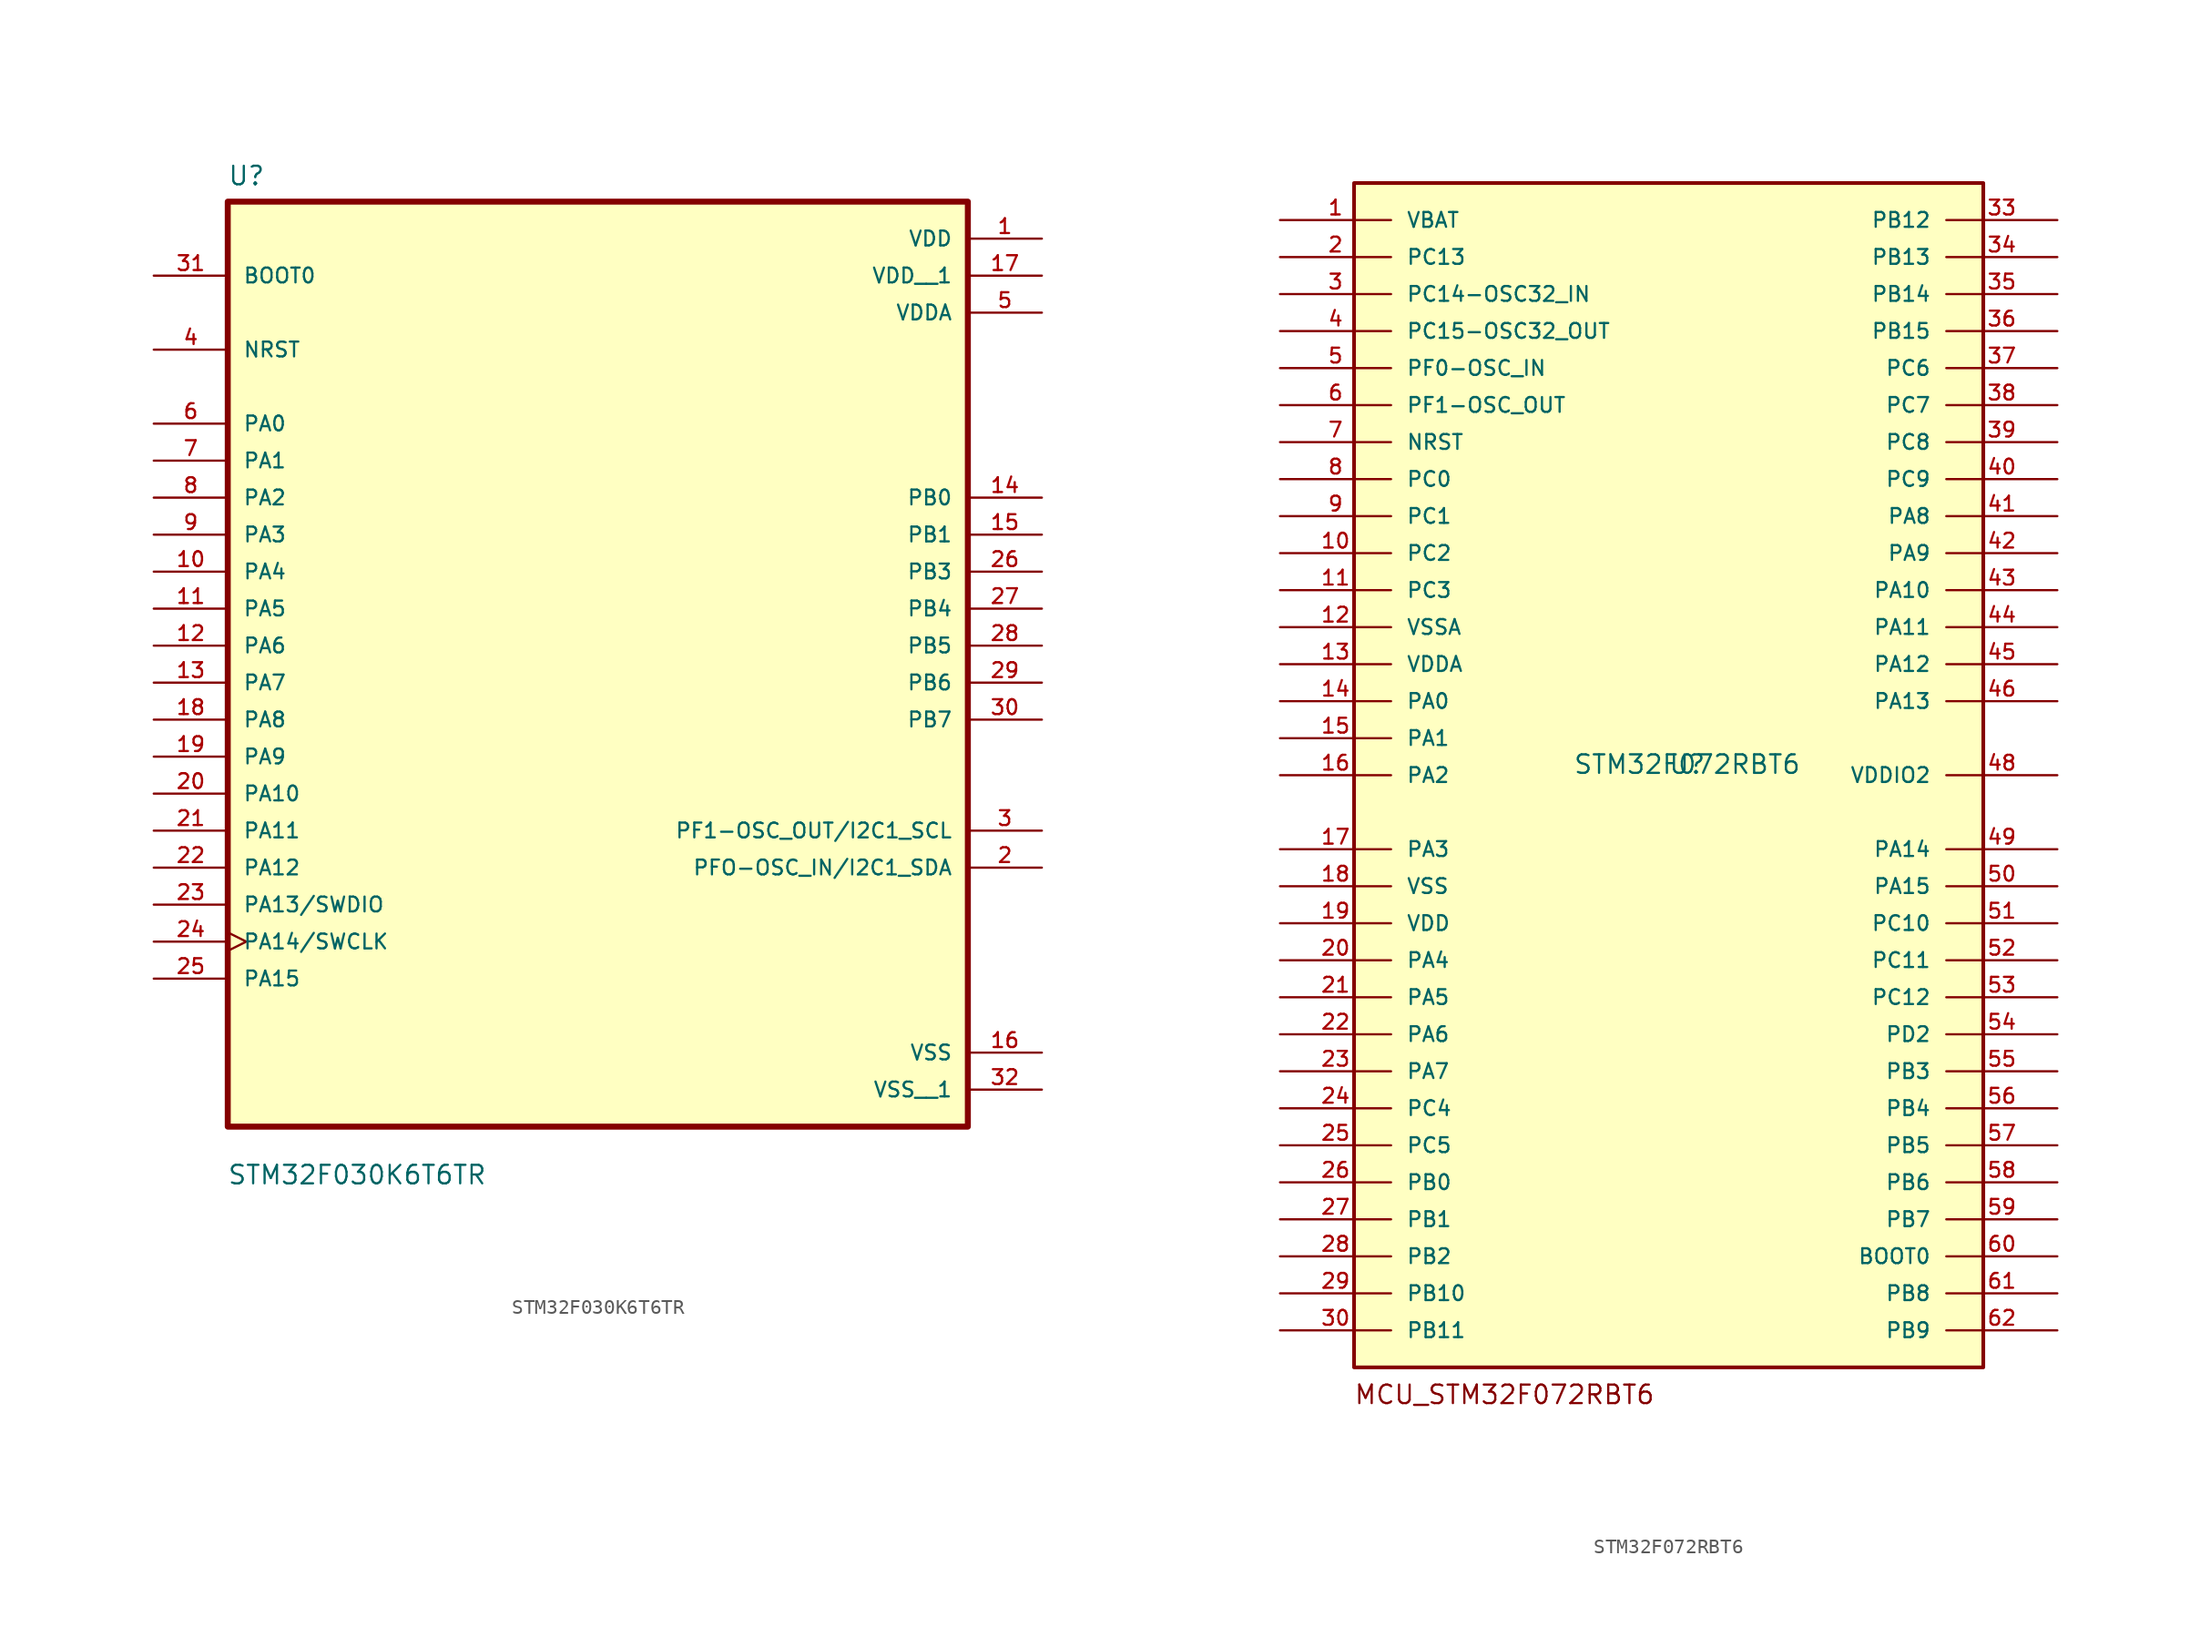
<source format=kicad_sym>
(kicad_symbol_lib
  (version 20241209)
  (generator "kicad_symbol_editor")
  (generator_version "9.0")
  (symbol "STM32F030K6T6TR"
    (pin_names
      (offset 1.016))
    (property "Reference" "U"
      (at -25.427 28.971 0)
      (effects (font (size 1.27 1.27)) (justify left bottom)))
    (property "Value" "STM32F030K6T6TR"
      (at -25.451 -39.615 0)
      (effects (font (size 1.27 1.27)) (justify left bottom)))
    (symbol "STM32F030K6T6TR_0_0"
      (rectangle (start -25.4 -35.56) (end 25.4 27.94) (stroke (width 0.41) (type default)) (fill (type background)))
      (pin input line (at -30.48 22.86 0) (length 5.08) (name "BOOT0" (effects (font (size 1.016 1.016)))) (number "31" (effects (font (size 1.016 1.016)))))
      (pin bidirectional line (at -30.48 17.78 0) (length 5.08) (name "NRST" (effects (font (size 1.016 1.016)))) (number "4" (effects (font (size 1.016 1.016)))))
      (pin bidirectional line (at -30.48 12.7 0) (length 5.08) (name "PA0" (effects (font (size 1.016 1.016)))) (number "6" (effects (font (size 1.016 1.016)))))
      (pin bidirectional line (at -30.48 10.16 0) (length 5.08) (name "PA1" (effects (font (size 1.016 1.016)))) (number "7" (effects (font (size 1.016 1.016)))))
      (pin bidirectional line (at -30.48 7.62 0) (length 5.08) (name "PA2" (effects (font (size 1.016 1.016)))) (number "8" (effects (font (size 1.016 1.016)))))
      (pin bidirectional line (at -30.48 5.08 0) (length 5.08) (name "PA3" (effects (font (size 1.016 1.016)))) (number "9" (effects (font (size 1.016 1.016)))))
      (pin bidirectional line (at -30.48 2.54 0) (length 5.08) (name "PA4" (effects (font (size 1.016 1.016)))) (number "10" (effects (font (size 1.016 1.016)))))
      (pin bidirectional line (at -30.48 0 0) (length 5.08) (name "PA5" (effects (font (size 1.016 1.016)))) (number "11" (effects (font (size 1.016 1.016)))))
      (pin bidirectional line (at -30.48 -2.54 0) (length 5.08) (name "PA6" (effects (font (size 1.016 1.016)))) (number "12" (effects (font (size 1.016 1.016)))))
      (pin bidirectional line (at -30.48 -5.08 0) (length 5.08) (name "PA7" (effects (font (size 1.016 1.016)))) (number "13" (effects (font (size 1.016 1.016)))))
      (pin bidirectional line (at -30.48 -7.62 0) (length 5.08) (name "PA8" (effects (font (size 1.016 1.016)))) (number "18" (effects (font (size 1.016 1.016)))))
      (pin bidirectional line (at -30.48 -10.16 0) (length 5.08) (name "PA9" (effects (font (size 1.016 1.016)))) (number "19" (effects (font (size 1.016 1.016)))))
      (pin bidirectional line (at -30.48 -12.7 0) (length 5.08) (name "PA10" (effects (font (size 1.016 1.016)))) (number "20" (effects (font (size 1.016 1.016)))))
      (pin bidirectional line (at -30.48 -15.24 0) (length 5.08) (name "PA11" (effects (font (size 1.016 1.016)))) (number "21" (effects (font (size 1.016 1.016)))))
      (pin bidirectional line (at -30.48 -17.78 0) (length 5.08) (name "PA12" (effects (font (size 1.016 1.016)))) (number "22" (effects (font (size 1.016 1.016)))))
      (pin bidirectional line (at -30.48 -20.32 0) (length 5.08) (name "PA13/SWDIO" (effects (font (size 1.016 1.016)))) (number "23" (effects (font (size 1.016 1.016)))))
      (pin bidirectional clock (at -30.48 -22.86 0) (length 5.08) (name "PA14/SWCLK" (effects (font (size 1.016 1.016)))) (number "24" (effects (font (size 1.016 1.016)))))
      (pin bidirectional line (at -30.48 -25.4 0) (length 5.08) (name "PA15" (effects (font (size 1.016 1.016)))) (number "25" (effects (font (size 1.016 1.016)))))
      (pin power_in line (at 30.48 25.4 180) (length 5.08) (name "VDD" (effects (font (size 1.016 1.016)))) (number "1" (effects (font (size 1.016 1.016)))))
      (pin power_in line (at 30.48 22.86 180) (length 5.08) (name "VDD__1" (effects (font (size 1.016 1.016)))) (number "17" (effects (font (size 1.016 1.016)))))
      (pin power_in line (at 30.48 20.32 180) (length 5.08) (name "VDDA" (effects (font (size 1.016 1.016)))) (number "5" (effects (font (size 1.016 1.016)))))
      (pin bidirectional line (at 30.48 7.62 180) (length 5.08) (name "PB0" (effects (font (size 1.016 1.016)))) (number "14" (effects (font (size 1.016 1.016)))))
      (pin bidirectional line (at 30.48 5.08 180) (length 5.08) (name "PB1" (effects (font (size 1.016 1.016)))) (number "15" (effects (font (size 1.016 1.016)))))
      (pin bidirectional line (at 30.48 2.54 180) (length 5.08) (name "PB3" (effects (font (size 1.016 1.016)))) (number "26" (effects (font (size 1.016 1.016)))))
      (pin bidirectional line (at 30.48 0 180) (length 5.08) (name "PB4" (effects (font (size 1.016 1.016)))) (number "27" (effects (font (size 1.016 1.016)))))
      (pin bidirectional line (at 30.48 -2.54 180) (length 5.08) (name "PB5" (effects (font (size 1.016 1.016)))) (number "28" (effects (font (size 1.016 1.016)))))
      (pin bidirectional line (at 30.48 -5.08 180) (length 5.08) (name "PB6" (effects (font (size 1.016 1.016)))) (number "29" (effects (font (size 1.016 1.016)))))
      (pin bidirectional line (at 30.48 -7.62 180) (length 5.08) (name "PB7" (effects (font (size 1.016 1.016)))) (number "30" (effects (font (size 1.016 1.016)))))
      (pin bidirectional line (at 30.48 -15.24 180) (length 5.08) (name "PF1-OSC_OUT/I2C1_SCL" (effects (font (size 1.016 1.016)))) (number "3" (effects (font (size 1.016 1.016)))))
      (pin bidirectional line (at 30.48 -17.78 180) (length 5.08) (name "PFO-OSC_IN/I2C1_SDA" (effects (font (size 1.016 1.016)))) (number "2" (effects (font (size 1.016 1.016)))))
      (pin power_in line (at 30.48 -30.48 180) (length 5.08) (name "VSS" (effects (font (size 1.016 1.016)))) (number "16" (effects (font (size 1.016 1.016)))))
      (pin power_in line (at 30.48 -33.02 180) (length 5.08) (name "VSS__1" (effects (font (size 1.016 1.016)))) (number "32" (effects (font (size 1.016 1.016)))))))
  (symbol "STM32F072RBT6"
    (pin_names
      (offset 1.016))
    (property "Reference" "U"
      (at 0 0 0)
      (effects (font (size 1.27 1.27)) (justify bottom)))
    (property "Value" "STM32F072RBT6"
      (at 0 0 0)
      (effects (font (size 1.27 1.27)) (justify bottom)))
    (symbol "STM32F072RBT6_0_0"
      (rectangle (start -22.86 -40.64) (end 20.32 40.64) (stroke (width 0.254) (type default)) (fill (type background)))
      (text "MCU_STM32F072RBT6" (at -22.9 -43.256 0) (effects (font (size 1.272 1.272)) (justify left bottom)))
      (pin bidirectional line (at -27.94 38.1 0) (length 7.62) (name "VBAT" (effects (font (size 1.016 1.016)))) (number "1" (effects (font (size 1.016 1.016)))))
      (pin bidirectional line (at -27.94 35.56 0) (length 7.62) (name "PC13" (effects (font (size 1.016 1.016)))) (number "2" (effects (font (size 1.016 1.016)))))
      (pin bidirectional line (at -27.94 33.02 0) (length 7.62) (name "PC14-OSC32_IN" (effects (font (size 1.016 1.016)))) (number "3" (effects (font (size 1.016 1.016)))))
      (pin bidirectional line (at -27.94 30.48 0) (length 7.62) (name "PC15-OSC32_OUT" (effects (font (size 1.016 1.016)))) (number "4" (effects (font (size 1.016 1.016)))))
      (pin bidirectional line (at -27.94 27.94 0) (length 7.62) (name "PF0-OSC_IN" (effects (font (size 1.016 1.016)))) (number "5" (effects (font (size 1.016 1.016)))))
      (pin bidirectional line (at -27.94 25.4 0) (length 7.62) (name "PF1-OSC_OUT" (effects (font (size 1.016 1.016)))) (number "6" (effects (font (size 1.016 1.016)))))
      (pin bidirectional line (at -27.94 22.86 0) (length 7.62) (name "NRST" (effects (font (size 1.016 1.016)))) (number "7" (effects (font (size 1.016 1.016)))))
      (pin bidirectional line (at -27.94 20.32 0) (length 7.62) (name "PC0" (effects (font (size 1.016 1.016)))) (number "8" (effects (font (size 1.016 1.016)))))
      (pin bidirectional line (at -27.94 17.78 0) (length 7.62) (name "PC1" (effects (font (size 1.016 1.016)))) (number "9" (effects (font (size 1.016 1.016)))))
      (pin bidirectional line (at -27.94 15.24 0) (length 7.62) (name "PC2" (effects (font (size 1.016 1.016)))) (number "10" (effects (font (size 1.016 1.016)))))
      (pin bidirectional line (at -27.94 12.7 0) (length 7.62) (name "PC3" (effects (font (size 1.016 1.016)))) (number "11" (effects (font (size 1.016 1.016)))))
      (pin bidirectional line (at -27.94 10.16 0) (length 7.62) (name "VSSA" (effects (font (size 1.016 1.016)))) (number "12" (effects (font (size 1.016 1.016)))))
      (pin bidirectional line (at -27.94 7.62 0) (length 7.62) (name "VDDA" (effects (font (size 1.016 1.016)))) (number "13" (effects (font (size 1.016 1.016)))))
      (pin bidirectional line (at -27.94 5.08 0) (length 7.62) (name "PA0" (effects (font (size 1.016 1.016)))) (number "14" (effects (font (size 1.016 1.016)))))
      (pin bidirectional line (at -27.94 2.54 0) (length 7.62) (name "PA1" (effects (font (size 1.016 1.016)))) (number "15" (effects (font (size 1.016 1.016)))))
      (pin bidirectional line (at -27.94 0 0) (length 7.62) (name "PA2" (effects (font (size 1.016 1.016)))) (number "16" (effects (font (size 1.016 1.016)))))
      (pin bidirectional line (at -27.94 -5.08 0) (length 7.62) (name "PA3" (effects (font (size 1.016 1.016)))) (number "17" (effects (font (size 1.016 1.016)))))
      (pin bidirectional line (at -27.94 -7.62 0) (length 7.62) (name "VSS" (effects (font (size 1.016 1.016)))) (number "18" (effects (font (size 1.016 1.016)))))
      (pin bidirectional line (at -27.94 -7.62 0) (length 7.62) (hide yes) (name "VSS" (effects (font (size 1.016 1.016)))) (number "31" (effects (font (size 1.016 1.016)))))
      (pin bidirectional line (at -27.94 -7.62 0) (length 7.62) (hide yes) (name "VSS" (effects (font (size 1.016 1.016)))) (number "47" (effects (font (size 1.016 1.016)))))
      (pin bidirectional line (at -27.94 -7.62 0) (length 7.62) (hide yes) (name "VSS" (effects (font (size 1.016 1.016)))) (number "63" (effects (font (size 1.016 1.016)))))
      (pin bidirectional line (at -27.94 -10.16 0) (length 7.62) (name "VDD" (effects (font (size 1.016 1.016)))) (number "19" (effects (font (size 1.016 1.016)))))
      (pin bidirectional line (at -27.94 -10.16 0) (length 7.62) (hide yes) (name "VDD" (effects (font (size 1.016 1.016)))) (number "32" (effects (font (size 1.016 1.016)))))
      (pin bidirectional line (at -27.94 -10.16 0) (length 7.62) (hide yes) (name "VDD" (effects (font (size 1.016 1.016)))) (number "64" (effects (font (size 1.016 1.016)))))
      (pin bidirectional line (at -27.94 -12.7 0) (length 7.62) (name "PA4" (effects (font (size 1.016 1.016)))) (number "20" (effects (font (size 1.016 1.016)))))
      (pin bidirectional line (at -27.94 -15.24 0) (length 7.62) (name "PA5" (effects (font (size 1.016 1.016)))) (number "21" (effects (font (size 1.016 1.016)))))
      (pin bidirectional line (at -27.94 -17.78 0) (length 7.62) (name "PA6" (effects (font (size 1.016 1.016)))) (number "22" (effects (font (size 1.016 1.016)))))
      (pin bidirectional line (at -27.94 -20.32 0) (length 7.62) (name "PA7" (effects (font (size 1.016 1.016)))) (number "23" (effects (font (size 1.016 1.016)))))
      (pin bidirectional line (at -27.94 -22.86 0) (length 7.62) (name "PC4" (effects (font (size 1.016 1.016)))) (number "24" (effects (font (size 1.016 1.016)))))
      (pin bidirectional line (at -27.94 -25.4 0) (length 7.62) (name "PC5" (effects (font (size 1.016 1.016)))) (number "25" (effects (font (size 1.016 1.016)))))
      (pin bidirectional line (at -27.94 -27.94 0) (length 7.62) (name "PB0" (effects (font (size 1.016 1.016)))) (number "26" (effects (font (size 1.016 1.016)))))
      (pin bidirectional line (at -27.94 -30.48 0) (length 7.62) (name "PB1" (effects (font (size 1.016 1.016)))) (number "27" (effects (font (size 1.016 1.016)))))
      (pin bidirectional line (at -27.94 -33.02 0) (length 7.62) (name "PB2" (effects (font (size 1.016 1.016)))) (number "28" (effects (font (size 1.016 1.016)))))
      (pin bidirectional line (at -27.94 -35.56 0) (length 7.62) (name "PB10" (effects (font (size 1.016 1.016)))) (number "29" (effects (font (size 1.016 1.016)))))
      (pin bidirectional line (at -27.94 -38.1 0) (length 7.62) (name "PB11" (effects (font (size 1.016 1.016)))) (number "30" (effects (font (size 1.016 1.016)))))
      (pin bidirectional line (at 25.4 38.1 180) (length 7.62) (name "PB12" (effects (font (size 1.016 1.016)))) (number "33" (effects (font (size 1.016 1.016)))))
      (pin bidirectional line (at 25.4 35.56 180) (length 7.62) (name "PB13" (effects (font (size 1.016 1.016)))) (number "34" (effects (font (size 1.016 1.016)))))
      (pin bidirectional line (at 25.4 33.02 180) (length 7.62) (name "PB14" (effects (font (size 1.016 1.016)))) (number "35" (effects (font (size 1.016 1.016)))))
      (pin bidirectional line (at 25.4 30.48 180) (length 7.62) (name "PB15" (effects (font (size 1.016 1.016)))) (number "36" (effects (font (size 1.016 1.016)))))
      (pin bidirectional line (at 25.4 27.94 180) (length 7.62) (name "PC6" (effects (font (size 1.016 1.016)))) (number "37" (effects (font (size 1.016 1.016)))))
      (pin bidirectional line (at 25.4 25.4 180) (length 7.62) (name "PC7" (effects (font (size 1.016 1.016)))) (number "38" (effects (font (size 1.016 1.016)))))
      (pin bidirectional line (at 25.4 22.86 180) (length 7.62) (name "PC8" (effects (font (size 1.016 1.016)))) (number "39" (effects (font (size 1.016 1.016)))))
      (pin bidirectional line (at 25.4 20.32 180) (length 7.62) (name "PC9" (effects (font (size 1.016 1.016)))) (number "40" (effects (font (size 1.016 1.016)))))
      (pin bidirectional line (at 25.4 17.78 180) (length 7.62) (name "PA8" (effects (font (size 1.016 1.016)))) (number "41" (effects (font (size 1.016 1.016)))))
      (pin bidirectional line (at 25.4 15.24 180) (length 7.62) (name "PA9" (effects (font (size 1.016 1.016)))) (number "42" (effects (font (size 1.016 1.016)))))
      (pin bidirectional line (at 25.4 12.7 180) (length 7.62) (name "PA10" (effects (font (size 1.016 1.016)))) (number "43" (effects (font (size 1.016 1.016)))))
      (pin bidirectional line (at 25.4 10.16 180) (length 7.62) (name "PA11" (effects (font (size 1.016 1.016)))) (number "44" (effects (font (size 1.016 1.016)))))
      (pin bidirectional line (at 25.4 7.62 180) (length 7.62) (name "PA12" (effects (font (size 1.016 1.016)))) (number "45" (effects (font (size 1.016 1.016)))))
      (pin bidirectional line (at 25.4 5.08 180) (length 7.62) (name "PA13" (effects (font (size 1.016 1.016)))) (number "46" (effects (font (size 1.016 1.016)))))
      (pin bidirectional line (at 25.4 0 180) (length 7.62) (name "VDDIO2" (effects (font (size 1.016 1.016)))) (number "48" (effects (font (size 1.016 1.016)))))
      (pin bidirectional line (at 25.4 -5.08 180) (length 7.62) (name "PA14" (effects (font (size 1.016 1.016)))) (number "49" (effects (font (size 1.016 1.016)))))
      (pin bidirectional line (at 25.4 -7.62 180) (length 7.62) (name "PA15" (effects (font (size 1.016 1.016)))) (number "50" (effects (font (size 1.016 1.016)))))
      (pin bidirectional line (at 25.4 -10.16 180) (length 7.62) (name "PC10" (effects (font (size 1.016 1.016)))) (number "51" (effects (font (size 1.016 1.016)))))
      (pin bidirectional line (at 25.4 -12.7 180) (length 7.62) (name "PC11" (effects (font (size 1.016 1.016)))) (number "52" (effects (font (size 1.016 1.016)))))
      (pin bidirectional line (at 25.4 -15.24 180) (length 7.62) (name "PC12" (effects (font (size 1.016 1.016)))) (number "53" (effects (font (size 1.016 1.016)))))
      (pin bidirectional line (at 25.4 -17.78 180) (length 7.62) (name "PD2" (effects (font (size 1.016 1.016)))) (number "54" (effects (font (size 1.016 1.016)))))
      (pin bidirectional line (at 25.4 -20.32 180) (length 7.62) (name "PB3" (effects (font (size 1.016 1.016)))) (number "55" (effects (font (size 1.016 1.016)))))
      (pin bidirectional line (at 25.4 -22.86 180) (length 7.62) (name "PB4" (effects (font (size 1.016 1.016)))) (number "56" (effects (font (size 1.016 1.016)))))
      (pin bidirectional line (at 25.4 -25.4 180) (length 7.62) (name "PB5" (effects (font (size 1.016 1.016)))) (number "57" (effects (font (size 1.016 1.016)))))
      (pin bidirectional line (at 25.4 -27.94 180) (length 7.62) (name "PB6" (effects (font (size 1.016 1.016)))) (number "58" (effects (font (size 1.016 1.016)))))
      (pin bidirectional line (at 25.4 -30.48 180) (length 7.62) (name "PB7" (effects (font (size 1.016 1.016)))) (number "59" (effects (font (size 1.016 1.016)))))
      (pin bidirectional line (at 25.4 -33.02 180) (length 7.62) (name "BOOT0" (effects (font (size 1.016 1.016)))) (number "60" (effects (font (size 1.016 1.016)))))
      (pin bidirectional line (at 25.4 -35.56 180) (length 7.62) (name "PB8" (effects (font (size 1.016 1.016)))) (number "61" (effects (font (size 1.016 1.016)))))
      (pin bidirectional line (at 25.4 -38.1 180) (length 7.62) (name "PB9" (effects (font (size 1.016 1.016)))) (number "62" (effects (font (size 1.016 1.016))))))))
</source>
